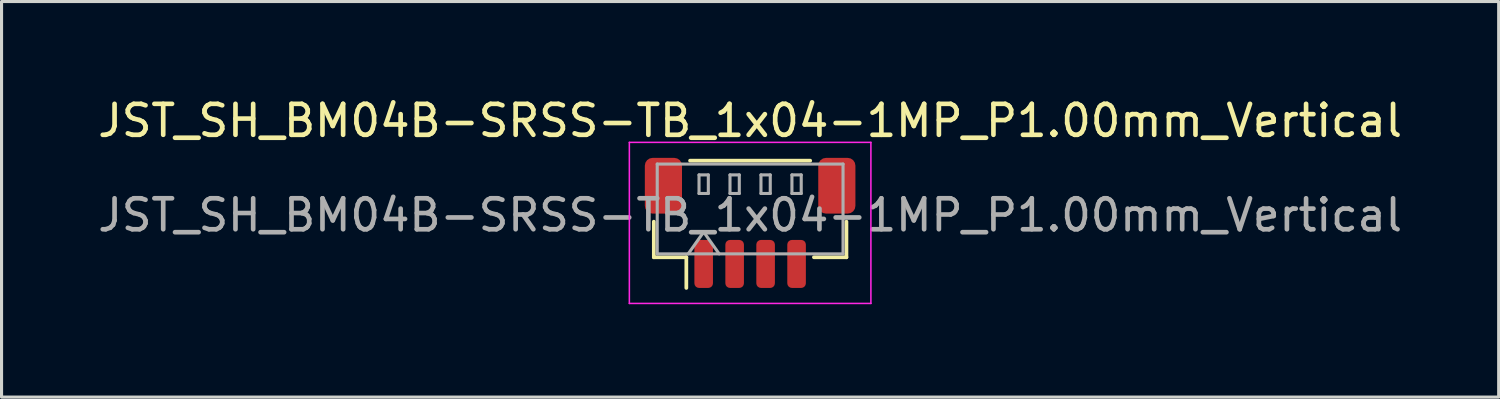
<source format=kicad_pcb>
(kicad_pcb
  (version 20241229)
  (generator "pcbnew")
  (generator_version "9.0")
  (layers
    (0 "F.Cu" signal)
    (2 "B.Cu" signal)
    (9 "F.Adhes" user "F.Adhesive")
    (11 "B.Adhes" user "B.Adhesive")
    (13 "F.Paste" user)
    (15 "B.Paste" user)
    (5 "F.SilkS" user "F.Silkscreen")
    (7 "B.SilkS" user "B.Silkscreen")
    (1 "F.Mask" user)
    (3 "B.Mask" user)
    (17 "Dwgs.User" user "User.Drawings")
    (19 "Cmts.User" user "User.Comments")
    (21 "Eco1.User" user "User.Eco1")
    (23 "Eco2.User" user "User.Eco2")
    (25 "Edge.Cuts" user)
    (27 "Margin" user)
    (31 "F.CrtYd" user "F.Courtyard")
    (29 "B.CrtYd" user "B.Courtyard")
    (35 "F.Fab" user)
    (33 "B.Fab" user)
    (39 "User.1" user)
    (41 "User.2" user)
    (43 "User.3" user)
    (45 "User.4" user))
  (footprint "JST_SH_BM04B-SRSS-TB_1x04-1MP_P1.00mm_Vertical"
    (layer "F.Cu")
    (at 21.173 4.148)
    (property "Reference" "JST_SH_BM04B-SRSS-TB_1x04-1MP_P1.00mm_Vertical" (at 0 -3.3 0) (layer "F.SilkS") (effects (font (size 1 1) (thickness 0.15))))
    (attr smd)
    (fp_line (start -3.11 -0.04) (end -3.11 1.11) (stroke (width 0.12) (type solid)) (layer "F.SilkS"))
    (fp_line (start -3.11 1.11) (end -2.06 1.11) (stroke (width 0.12) (type solid)) (layer "F.SilkS"))
    (fp_line (start -2.06 1.11) (end -2.06 2.1) (stroke (width 0.12) (type solid)) (layer "F.SilkS"))
    (fp_line (start -1.94 -2.01) (end 1.94 -2.01) (stroke (width 0.12) (type solid)) (layer "F.SilkS"))
    (fp_line (start 3.11 -0.04) (end 3.11 1.11) (stroke (width 0.12) (type solid)) (layer "F.SilkS"))
    (fp_line (start 3.11 1.11) (end 2.06 1.11) (stroke (width 0.12) (type solid)) (layer "F.SilkS"))
    (fp_line (start -3.9 -2.6) (end -3.9 2.6) (stroke (width 0.05) (type solid)) (layer "F.CrtYd"))
    (fp_line (start -3.9 2.6) (end 3.9 2.6) (stroke (width 0.05) (type solid)) (layer "F.CrtYd"))
    (fp_line (start 3.9 -2.6) (end -3.9 -2.6) (stroke (width 0.05) (type solid)) (layer "F.CrtYd"))
    (fp_line (start 3.9 2.6) (end 3.9 -2.6) (stroke (width 0.05) (type solid)) (layer "F.CrtYd"))
    (fp_line (start -3 -1.9) (end 3 -1.9) (stroke (width 0.1) (type solid)) (layer "F.Fab"))
    (fp_line (start -3 1) (end -3 -1.9) (stroke (width 0.1) (type solid)) (layer "F.Fab"))
    (fp_line (start -3 1) (end 3 1) (stroke (width 0.1) (type solid)) (layer "F.Fab"))
    (fp_line (start -2 1) (end -1.5 0.293) (stroke (width 0.1) (type solid)) (layer "F.Fab"))
    (fp_line (start -1.65 -1.55) (end -1.65 -0.95) (stroke (width 0.1) (type solid)) (layer "F.Fab"))
    (fp_line (start -1.65 -0.95) (end -1.35 -0.95) (stroke (width 0.1) (type solid)) (layer "F.Fab"))
    (fp_line (start -1.5 0.293) (end -1 1) (stroke (width 0.1) (type solid)) (layer "F.Fab"))
    (fp_line (start -1.35 -1.55) (end -1.65 -1.55) (stroke (width 0.1) (type solid)) (layer "F.Fab"))
    (fp_line (start -1.35 -0.95) (end -1.35 -1.55) (stroke (width 0.1) (type solid)) (layer "F.Fab"))
    (fp_line (start -0.65 -1.55) (end -0.65 -0.95) (stroke (width 0.1) (type solid)) (layer "F.Fab"))
    (fp_line (start -0.65 -0.95) (end -0.35 -0.95) (stroke (width 0.1) (type solid)) (layer "F.Fab"))
    (fp_line (start -0.35 -1.55) (end -0.65 -1.55) (stroke (width 0.1) (type solid)) (layer "F.Fab"))
    (fp_line (start -0.35 -0.95) (end -0.35 -1.55) (stroke (width 0.1) (type solid)) (layer "F.Fab"))
    (fp_line (start 0.35 -1.55) (end 0.35 -0.95) (stroke (width 0.1) (type solid)) (layer "F.Fab"))
    (fp_line (start 0.35 -0.95) (end 0.65 -0.95) (stroke (width 0.1) (type solid)) (layer "F.Fab"))
    (fp_line (start 0.65 -1.55) (end 0.35 -1.55) (stroke (width 0.1) (type solid)) (layer "F.Fab"))
    (fp_line (start 0.65 -0.95) (end 0.65 -1.55) (stroke (width 0.1) (type solid)) (layer "F.Fab"))
    (fp_line (start 1.35 -1.55) (end 1.35 -0.95) (stroke (width 0.1) (type solid)) (layer "F.Fab"))
    (fp_line (start 1.35 -0.95) (end 1.65 -0.95) (stroke (width 0.1) (type solid)) (layer "F.Fab"))
    (fp_line (start 1.65 -1.55) (end 1.35 -1.55) (stroke (width 0.1) (type solid)) (layer "F.Fab"))
    (fp_line (start 1.65 -0.95) (end 1.65 -1.55) (stroke (width 0.1) (type solid)) (layer "F.Fab"))
    (fp_line (start 3 1) (end 3 -1.9) (stroke (width 0.1) (type solid)) (layer "F.Fab"))
    (fp_text user "${REFERENCE}" (at 0 -0.25 0) (layer "F.Fab") (effects (font (size 1 1) (thickness 0.15))))
    (pad "1" smd roundrect (at -1.5 1.325) (size 0.6 1.55) (layers "F.Cu" "F.Mask" "F.Paste") (roundrect_rratio 0.25))
    (pad "2" smd roundrect (at -0.5 1.325) (size 0.6 1.55) (layers "F.Cu" "F.Mask" "F.Paste") (roundrect_rratio 0.25))
    (pad "3" smd roundrect (at 0.5 1.325) (size 0.6 1.55) (layers "F.Cu" "F.Mask" "F.Paste") (roundrect_rratio 0.25))
    (pad "4" smd roundrect (at 1.5 1.325) (size 0.6 1.55) (layers "F.Cu" "F.Mask" "F.Paste") (roundrect_rratio 0.25))
    (pad "MP" smd roundrect (at -2.8 -1.2) (size 1.2 1.8) (layers "F.Cu" "F.Mask" "F.Paste") (roundrect_rratio 0.208))
    (pad "MP" smd roundrect (at 2.8 -1.2) (size 1.2 1.8) (layers "F.Cu" "F.Mask" "F.Paste") (roundrect_rratio 0.208)))
  (gr_rect
    (start -3 -3)
    (end 45.345 9.773)
    (stroke (width 0.1) (type default))
    (fill no)
    (layer "Edge.Cuts")))
</source>
